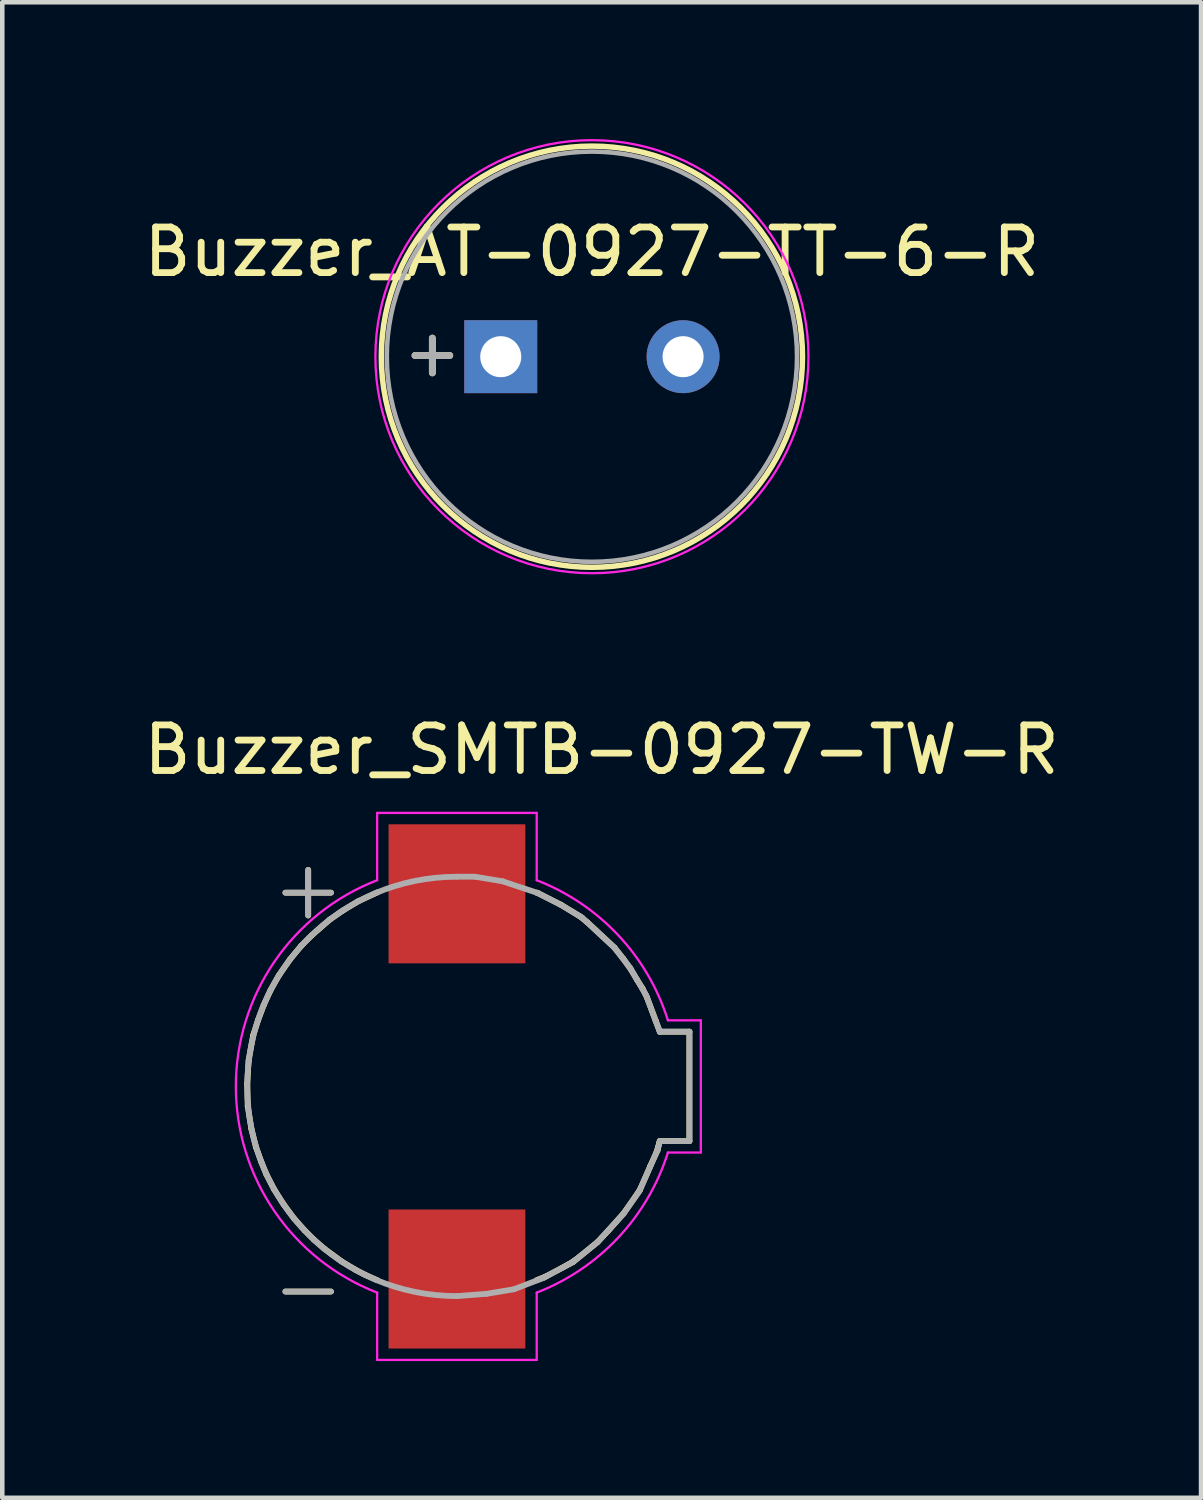
<source format=kicad_pcb>
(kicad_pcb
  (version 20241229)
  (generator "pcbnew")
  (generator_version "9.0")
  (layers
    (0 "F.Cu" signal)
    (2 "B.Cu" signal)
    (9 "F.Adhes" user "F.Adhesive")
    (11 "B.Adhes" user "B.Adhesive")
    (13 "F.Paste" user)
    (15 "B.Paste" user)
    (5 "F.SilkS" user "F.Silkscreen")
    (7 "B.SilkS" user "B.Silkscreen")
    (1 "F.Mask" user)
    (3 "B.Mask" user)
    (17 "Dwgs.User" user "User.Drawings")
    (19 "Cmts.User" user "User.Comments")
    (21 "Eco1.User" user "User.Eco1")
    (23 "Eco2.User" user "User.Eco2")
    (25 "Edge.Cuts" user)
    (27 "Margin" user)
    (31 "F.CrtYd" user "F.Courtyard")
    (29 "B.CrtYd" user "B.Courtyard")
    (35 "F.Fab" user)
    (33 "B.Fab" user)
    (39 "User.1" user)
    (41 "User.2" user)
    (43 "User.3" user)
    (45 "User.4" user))
  (footprint "Buzzer_AT-0927-TT-6-R"
    (layer "F.Cu")
    (at 7.935 4.775)
    (property "Reference" "Buzzer_AT-0927-TT-6-R" (at 2 -2.3 0) (layer "F.SilkS") (effects (font (size 1 1) (thickness 0.15))))
    (attr through_hole)
    (fp_circle (center 2 0) (end 6.62 0) (stroke (width 0.12) (type solid)) (fill no) (layer "F.SilkS"))
    (fp_circle (center 2 0) (end 6.75 0) (stroke (width 0.05) (type solid)) (fill no) (layer "F.CrtYd"))
    (fp_circle (center 2 0) (end 6.5 0) (stroke (width 0.1) (type solid)) (fill no) (layer "F.Fab"))
    (fp_text user "+" (at -1.5 -0.1 0) (layer "F.SilkS") (effects (font (size 1 1) (thickness 0.15))))
    (fp_text user "+" (at -1.5 -0.1 0) (layer "F.Fab") (effects (font (size 1 1) (thickness 0.15))))
    (pad "1" thru_hole rect (at 0 0) (size 1.6 1.6) (drill 0.9) (layers "*.Cu" "*.Mask"))
    (pad "2" thru_hole circle (at 4 0) (size 1.6 1.6) (drill 0.9) (layers "*.Cu" "*.Mask")))
  (footprint "Buzzer_SMTB-0927-TW-R"
    (layer "F.Cu")
    (at 6.974 20.783)
    (property "Reference" "Buzzer_SMTB-0927-TW-R" (at 3.175 -7.385 0) (layer "F.SilkS") (effects (font (size 1 1) (thickness 0.15))))
    (attr smd)
    (fp_line (start -4.6 -0.06) (end -4.59 0.43) (stroke (width 0.127) (type solid)) (layer "F.SilkS"))
    (fp_line (start -4.59 0.43) (end -4.51 0.93) (stroke (width 0.127) (type solid)) (layer "F.SilkS"))
    (fp_line (start -4.57 -0.57) (end -4.6 -0.06) (stroke (width 0.127) (type solid)) (layer "F.SilkS"))
    (fp_line (start -4.51 0.93) (end -4.41 1.33) (stroke (width 0.127) (type solid)) (layer "F.SilkS"))
    (fp_line (start -4.47 -1.12) (end -4.57 -0.57) (stroke (width 0.127) (type solid)) (layer "F.SilkS"))
    (fp_line (start -4.41 1.33) (end -4.29 1.66) (stroke (width 0.127) (type solid)) (layer "F.SilkS"))
    (fp_line (start -4.36 -1.46) (end -4.47 -1.12) (stroke (width 0.127) (type solid)) (layer "F.SilkS"))
    (fp_line (start -4.29 1.66) (end -4.18 1.93) (stroke (width 0.127) (type solid)) (layer "F.SilkS"))
    (fp_line (start -4.24 -1.78) (end -4.36 -1.46) (stroke (width 0.127) (type solid)) (layer "F.SilkS"))
    (fp_line (start -4.18 1.93) (end -4.01 2.26) (stroke (width 0.127) (type solid)) (layer "F.SilkS"))
    (fp_line (start -4.09 -2.11) (end -4.24 -1.78) (stroke (width 0.127) (type solid)) (layer "F.SilkS"))
    (fp_line (start -4.01 2.26) (end -3.8 2.59) (stroke (width 0.127) (type solid)) (layer "F.SilkS"))
    (fp_line (start -3.91 -2.43) (end -4.09 -2.11) (stroke (width 0.127) (type solid)) (layer "F.SilkS"))
    (fp_line (start -3.8 2.59) (end -3.58 2.89) (stroke (width 0.127) (type solid)) (layer "F.SilkS"))
    (fp_line (start -3.66 -2.79) (end -3.91 -2.43) (stroke (width 0.127) (type solid)) (layer "F.SilkS"))
    (fp_line (start -3.58 2.89) (end -3.34 3.16) (stroke (width 0.127) (type solid)) (layer "F.SilkS"))
    (fp_line (start -3.42 -3.08) (end -3.66 -2.79) (stroke (width 0.127) (type solid)) (layer "F.SilkS"))
    (fp_line (start -3.34 3.16) (end -3.14 3.36) (stroke (width 0.127) (type solid)) (layer "F.SilkS"))
    (fp_line (start -3.263 -4.75) (end -3.263 -3.75) (stroke (width 0.127) (type solid)) (layer "F.SilkS"))
    (fp_line (start -3.19 -3.31) (end -3.42 -3.08) (stroke (width 0.127) (type solid)) (layer "F.SilkS"))
    (fp_line (start -3.14 3.36) (end -2.91 3.56) (stroke (width 0.127) (type solid)) (layer "F.SilkS"))
    (fp_line (start -2.91 3.56) (end -2.53 3.84) (stroke (width 0.127) (type solid)) (layer "F.SilkS"))
    (fp_line (start -2.79 -3.66) (end -3.19 -3.31) (stroke (width 0.127) (type solid)) (layer "F.SilkS"))
    (fp_line (start -2.763 -4.25) (end -3.763 -4.25) (stroke (width 0.127) (type solid)) (layer "F.SilkS"))
    (fp_line (start -2.763 4.5) (end -3.763 4.5) (stroke (width 0.127) (type solid)) (layer "F.SilkS"))
    (fp_line (start -2.53 3.84) (end -2.23 4.02) (stroke (width 0.127) (type solid)) (layer "F.SilkS"))
    (fp_line (start -2.5 -3.86) (end -2.79 -3.66) (stroke (width 0.127) (type solid)) (layer "F.SilkS"))
    (fp_line (start -2.23 4.02) (end -2.02 4.13) (stroke (width 0.127) (type solid)) (layer "F.SilkS"))
    (fp_line (start -2.17 -4.06) (end -2.5 -3.86) (stroke (width 0.127) (type solid)) (layer "F.SilkS"))
    (fp_line (start -2.02 4.13) (end -1.75 4.25) (stroke (width 0.127) (type solid)) (layer "F.SilkS"))
    (fp_line (start -1.74 -4.26) (end -2.17 -4.06) (stroke (width 0.127) (type solid)) (layer "F.SilkS"))
    (fp_line (start 1.78 -4.24) (end 1.75 -4.25) (stroke (width 0.127) (type solid)) (layer "F.SilkS"))
    (fp_line (start 1.95 4.17) (end 1.75 4.25) (stroke (width 0.127) (type solid)) (layer "F.SilkS"))
    (fp_line (start 2.29 -3.98) (end 1.78 -4.24) (stroke (width 0.127) (type solid)) (layer "F.SilkS"))
    (fp_line (start 2.55 3.85) (end 1.95 4.17) (stroke (width 0.127) (type solid)) (layer "F.SilkS"))
    (fp_line (start 2.7 -3.73) (end 2.29 -3.98) (stroke (width 0.127) (type solid)) (layer "F.SilkS"))
    (fp_line (start 2.86 -3.6) (end 2.7 -3.73) (stroke (width 0.127) (type solid)) (layer "F.SilkS"))
    (fp_line (start 3.08 3.42) (end 2.55 3.85) (stroke (width 0.127) (type solid)) (layer "F.SilkS"))
    (fp_line (start 3.33 3.15) (end 3.08 3.42) (stroke (width 0.127) (type solid)) (layer "F.SilkS"))
    (fp_line (start 3.46 -3.04) (end 2.86 -3.6) (stroke (width 0.127) (type solid)) (layer "F.SilkS"))
    (fp_line (start 3.65 -2.8) (end 3.46 -3.04) (stroke (width 0.127) (type solid)) (layer "F.SilkS"))
    (fp_line (start 3.66 2.78) (end 3.33 3.15) (stroke (width 0.127) (type solid)) (layer "F.SilkS"))
    (fp_line (start 3.82 -2.56) (end 3.65 -2.8) (stroke (width 0.127) (type solid)) (layer "F.SilkS"))
    (fp_line (start 3.95 -2.34) (end 3.82 -2.56) (stroke (width 0.127) (type solid)) (layer "F.SilkS"))
    (fp_line (start 4.01 2.28) (end 3.66 2.78) (stroke (width 0.127) (type solid)) (layer "F.SilkS"))
    (fp_line (start 4.07 -2.15) (end 3.95 -2.34) (stroke (width 0.127) (type solid)) (layer "F.SilkS"))
    (fp_line (start 4.17 -1.95) (end 4.07 -2.15) (stroke (width 0.127) (type solid)) (layer "F.SilkS"))
    (fp_line (start 4.24 1.75) (end 4.01 2.28) (stroke (width 0.127) (type solid)) (layer "F.SilkS"))
    (fp_line (start 4.36 -1.44) (end 4.17 -1.95) (stroke (width 0.127) (type solid)) (layer "F.SilkS"))
    (fp_line (start 4.4 1.4) (end 4.24 1.75) (stroke (width 0.127) (type solid)) (layer "F.SilkS"))
    (fp_line (start 4.45 -1.2) (end 4.36 -1.44) (stroke (width 0.127) (type solid)) (layer "F.SilkS"))
    (fp_line (start 4.45 1.2) (end 4.4 1.4) (stroke (width 0.127) (type solid)) (layer "F.SilkS"))
    (fp_line (start 5.1 -1.2) (end 4.45 -1.2) (stroke (width 0.127) (type solid)) (layer "F.SilkS"))
    (fp_line (start 5.1 -1.2) (end 5.1 1.2) (stroke (width 0.127) (type solid)) (layer "F.SilkS"))
    (fp_line (start 5.1 1.2) (end 4.45 1.2) (stroke (width 0.127) (type solid)) (layer "F.SilkS"))
    (fp_arc (start 4.437676 1.196677) (mid 3.450004 3.036853) (end 1.75 4.25) (stroke (width 0.1) (type default)) (layer "F.SilkS"))
    (fp_line (start -1.75 -6) (end 1.75 -6) (stroke (width 0.05) (type default)) (layer "F.CrtYd"))
    (fp_line (start -1.75 -4.523) (end -1.75 -6) (stroke (width 0.05) (type default)) (layer "F.CrtYd"))
    (fp_line (start -1.75 4.523) (end -1.75 6) (stroke (width 0.05) (type default)) (layer "F.CrtYd"))
    (fp_line (start -1.75 6) (end 1.75 6) (stroke (width 0.05) (type default)) (layer "F.CrtYd"))
    (fp_line (start 1.75 -4.523) (end 1.75 -6) (stroke (width 0.05) (type default)) (layer "F.CrtYd"))
    (fp_line (start 1.75 6) (end 1.75 4.523) (stroke (width 0.05) (type default)) (layer "F.CrtYd"))
    (fp_line (start 4.628 -1.45) (end 5.35 -1.45) (stroke (width 0.05) (type default)) (layer "F.CrtYd"))
    (fp_line (start 5.35 -1.45) (end 5.35 1.45) (stroke (width 0.05) (type default)) (layer "F.CrtYd"))
    (fp_line (start 5.35 1.45) (end 4.628 1.45) (stroke (width 0.05) (type default)) (layer "F.CrtYd"))
    (fp_arc (start -1.75 4.523271) (mid -4.849998 -0.000003) (end -1.749994 -4.523273) (stroke (width 0.05) (type default)) (layer "F.CrtYd"))
    (fp_arc (start 1.75 -4.523272) (mid 3.539989 -3.315262) (end 4.628174 -1.45) (stroke (width 0.05) (type default)) (layer "F.CrtYd"))
    (fp_arc (start 4.628172 1.449999) (mid 3.539986 3.315264) (end 1.749992 4.523273) (stroke (width 0.05) (type default)) (layer "F.CrtYd"))
    (fp_line (start -3.763 -4.25) (end -2.763 -4.25) (stroke (width 0.127) (type solid)) (layer "F.Fab"))
    (fp_line (start -3.263 -4.75) (end -3.263 -3.75) (stroke (width 0.127) (type solid)) (layer "F.Fab"))
    (fp_line (start -2.763 4.5) (end -3.763 4.5) (stroke (width 0.127) (type solid)) (layer "F.Fab"))
    (fp_line (start 0 4.6) (end 0.65 4.55) (stroke (width 0.127) (type solid)) (layer "F.Fab"))
    (fp_line (start 0.4 -4.6) (end 0 -4.6) (stroke (width 0.127) (type solid)) (layer "F.Fab"))
    (fp_line (start 0.65 4.55) (end 1.25 4.45) (stroke (width 0.127) (type solid)) (layer "F.Fab"))
    (fp_line (start 1 -4.5) (end 0.4 -4.6) (stroke (width 0.127) (type solid)) (layer "F.Fab"))
    (fp_line (start 1.25 4.45) (end 1.9 4.2) (stroke (width 0.127) (type solid)) (layer "F.Fab"))
    (fp_line (start 1.75 -4.25) (end 1 -4.5) (stroke (width 0.127) (type solid)) (layer "F.Fab"))
    (fp_line (start 1.9 4.2) (end 2.55 3.85) (stroke (width 0.127) (type solid)) (layer "F.Fab"))
    (fp_line (start 2.25 -4) (end 1.75 -4.25) (stroke (width 0.127) (type solid)) (layer "F.Fab"))
    (fp_line (start 2.55 3.85) (end 3.1 3.4) (stroke (width 0.127) (type solid)) (layer "F.Fab"))
    (fp_line (start 2.75 -3.7) (end 2.25 -4) (stroke (width 0.127) (type solid)) (layer "F.Fab"))
    (fp_line (start 3.1 3.4) (end 3.65 2.8) (stroke (width 0.127) (type solid)) (layer "F.Fab"))
    (fp_line (start 3.45 -3.05) (end 2.75 -3.7) (stroke (width 0.127) (type solid)) (layer "F.Fab"))
    (fp_line (start 3.65 2.8) (end 4 2.3) (stroke (width 0.127) (type solid)) (layer "F.Fab"))
    (fp_line (start 3.8 -2.6) (end 3.45 -3.05) (stroke (width 0.127) (type solid)) (layer "F.Fab"))
    (fp_line (start 4 2.3) (end 4.4 1.4) (stroke (width 0.127) (type solid)) (layer "F.Fab"))
    (fp_line (start 4.15 -2) (end 3.8 -2.6) (stroke (width 0.127) (type solid)) (layer "F.Fab"))
    (fp_line (start 4.4 1.4) (end 4.45 1.2) (stroke (width 0.127) (type solid)) (layer "F.Fab"))
    (fp_line (start 4.45 -1.2) (end 4.15 -2) (stroke (width 0.127) (type solid)) (layer "F.Fab"))
    (fp_line (start 4.45 1.2) (end 5.1 1.2) (stroke (width 0.127) (type solid)) (layer "F.Fab"))
    (fp_line (start 5.1 -1.2) (end 4.45 -1.2) (stroke (width 0.127) (type solid)) (layer "F.Fab"))
    (fp_line (start 5.1 1.2) (end 5.1 -1.2) (stroke (width 0.127) (type solid)) (layer "F.Fab"))
    (fp_arc (start -4.6 0) (mid -3.252691 -3.252691) (end 0 -4.6) (stroke (width 0.127) (type solid)) (layer "F.Fab"))
    (fp_arc (start 0 4.6) (mid -3.252691 3.252691) (end -4.6 0) (stroke (width 0.127) (type solid)) (layer "F.Fab"))
    (pad "1" smd rect (at 0 -4.225) (size 3 3.05) (layers "F.Cu" "F.Mask" "F.Paste"))
    (pad "2" smd rect (at 0 4.225) (size 3 3.05) (layers "F.Cu" "F.Mask" "F.Paste")))
  (gr_rect
    (start -3 -3)
    (end 23.298 29.808)
    (stroke (width 0.1) (type default))
    (fill no)
    (layer "Edge.Cuts")))
</source>
